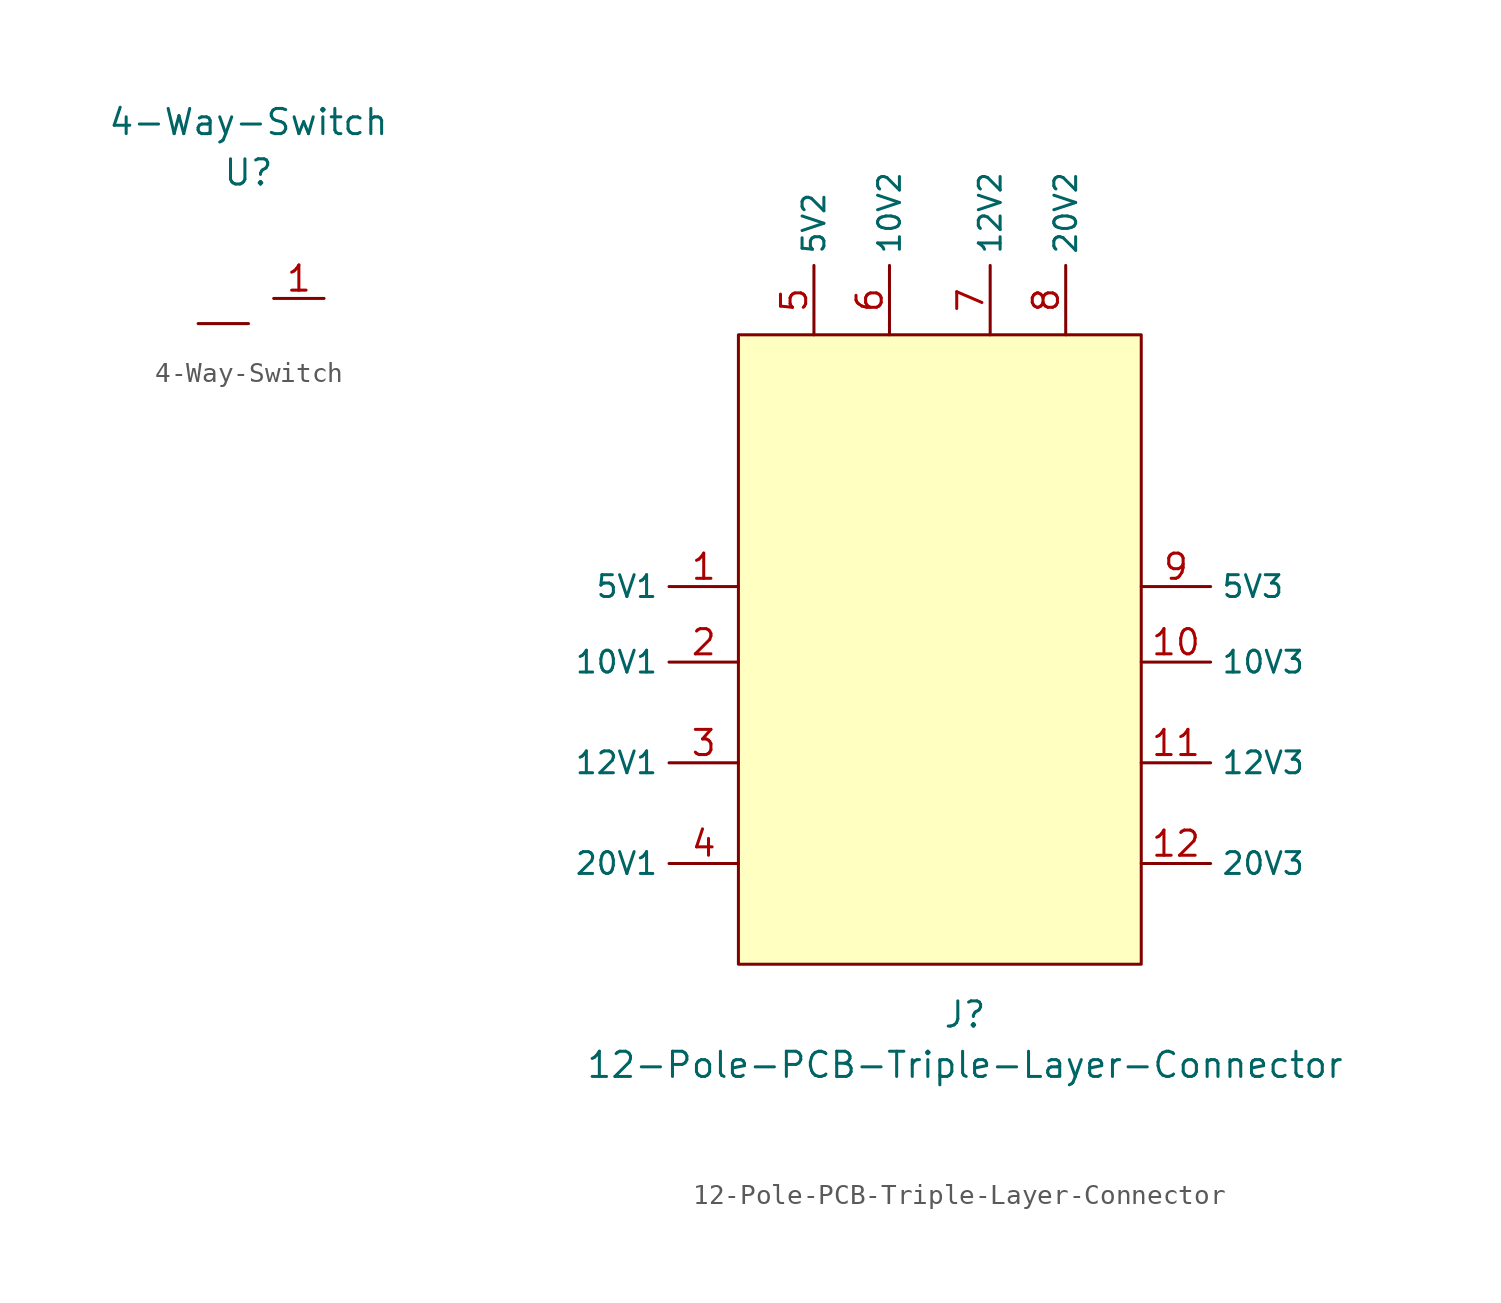
<source format=kicad_sym>
(kicad_symbol_lib
  (version 20220914)
  (generator kicad_symbol_editor)
  (symbol "4-Way-Switch"
    (property "Reference" "U"
      (at 0 0 0)
      (effects (font (size 1.27 1.27))))
    (property "Value" "4-Way-Switch"
      (at 0 2.54 0)
      (effects (font (size 1.27 1.27))))
    (symbol "4-Way-Switch_1_1"
      (pin input line (at -2.54 -7.62 0) (length 2.54) (name "" (effects (font (size 1.27 1.27)))) (number "" (effects (font (size 1.27 1.27)))))
      (pin output line (at 3.81 -6.35 180) (length 2.54) (name "" (effects (font (size 1.27 1.27)))) (number "1" (effects (font (size 1.27 1.27)))))))
  (symbol "12-Pole-PCB-Triple-Layer-Connector"
    (property "Reference" "J"
      (at 1.27 -20.32 0)
      (effects (font (size 1.27 1.27))))
    (property "Value" "12-Pole-PCB-Triple-Layer-Connector"
      (at 1.27 -22.86 0)
      (effects (font (size 1.27 1.27))))
    (symbol "12-Pole-PCB-Triple-Layer-Connector_1_1"
      (rectangle (start -10.16 13.97) (end 10.16 -17.78) (stroke (width 0) (type default)) (fill (type background)))
      (pin power_in line (at -10.16 1.27 180) (length 3.5) (name "5V1" (effects (font (size 1.1 1.1)))) (number "1" (effects (font (size 1.27 1.27)))))
      (pin power_in line (at 10.16 -2.54 0) (length 3.5) (name "10V3" (effects (font (size 1.1 1.1)))) (number "10" (effects (font (size 1.27 1.27)))))
      (pin power_in line (at 10.16 -7.62 0) (length 3.5) (name "12V3" (effects (font (size 1.1 1.1)))) (number "11" (effects (font (size 1.27 1.27)))))
      (pin power_in line (at 10.16 -12.7 0) (length 3.5) (name "20V3" (effects (font (size 1.1 1.1)))) (number "12" (effects (font (size 1.27 1.27)))))
      (pin power_in line (at -10.16 -2.54 180) (length 3.5) (name "10V1" (effects (font (size 1.1 1.1)))) (number "2" (effects (font (size 1.27 1.27)))))
      (pin power_in line (at -10.16 -7.62 180) (length 3.5) (name "12V1" (effects (font (size 1.1 1.1)))) (number "3" (effects (font (size 1.27 1.27)))))
      (pin power_in line (at -10.16 -12.7 180) (length 3.5) (name "20V1" (effects (font (size 1.1 1.1)))) (number "4" (effects (font (size 1.27 1.27)))))
      (pin power_in line (at -6.35 13.97 90) (length 3.5) (name "5V2" (effects (font (size 1.1 1.1)))) (number "5" (effects (font (size 1.27 1.27)))))
      (pin power_in line (at -2.54 13.97 90) (length 3.5) (name "10V2" (effects (font (size 1.1 1.1)))) (number "6" (effects (font (size 1.27 1.27)))))
      (pin power_in line (at 2.54 13.97 90) (length 3.5) (name "12V2" (effects (font (size 1.1 1.1)))) (number "7" (effects (font (size 1.27 1.27)))))
      (pin power_in line (at 6.35 13.97 90) (length 3.5) (name "20V2" (effects (font (size 1.1 1.1)))) (number "8" (effects (font (size 1.27 1.27)))))
      (pin power_in line (at 10.16 1.27 0) (length 3.5) (name "5V3" (effects (font (size 1.1 1.1)))) (number "9" (effects (font (size 1.27 1.27))))))))
</source>
